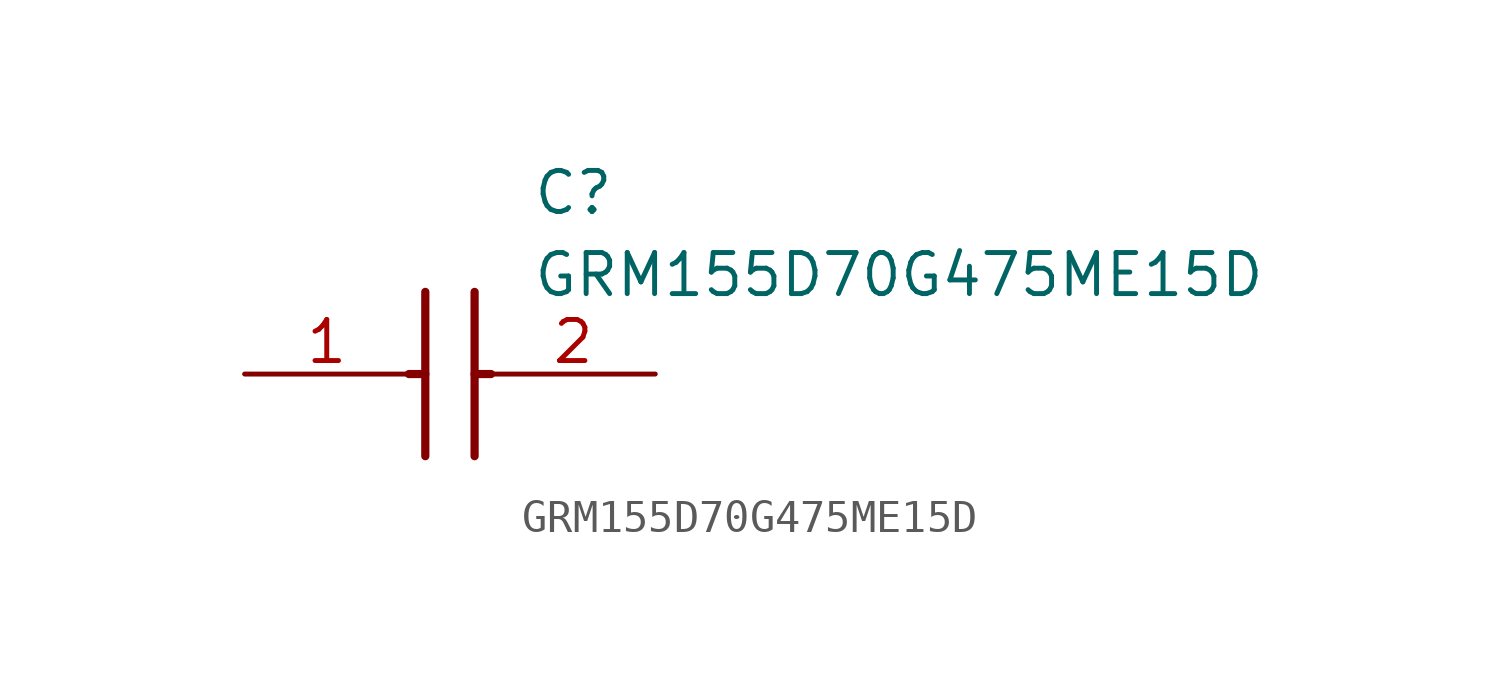
<source format=kicad_sym>
(kicad_symbol_lib
  (version 20211014)
  (generator SamacSys_ECAD_Model)
  (symbol "GRM155D70G475ME15D"
    (pin_names hide)
    (property "Reference" "C"
      (at 8.89 6.35 0)
      (effects (font (size 1.27 1.27)) (justify left top)))
    (property "Value" "GRM155D70G475ME15D"
      (at 8.89 3.81 0)
      (effects (font (size 1.27 1.27)) (justify left top)))
    (polyline
      (pts (xy 5.588 2.54) (xy 5.588 -2.54))
      (stroke (width 0.254) (type default))
      (fill (type none)))
    (polyline
      (pts (xy 7.112 2.54) (xy 7.112 -2.54))
      (stroke (width 0.254) (type default))
      (fill (type none)))
    (polyline
      (pts (xy 5.08 0) (xy 5.588 0))
      (stroke (width 0.254) (type default))
      (fill (type none)))
    (polyline
      (pts (xy 7.112 0) (xy 7.62 0))
      (stroke (width 0.254) (type default))
      (fill (type none)))
    (pin passive line
      (at 0 0 0)
      (length 5.08)
      (name "1" (effects (font (size 1.27 1.27))))
      (number "1" (effects (font (size 1.27 1.27)))))
    (pin passive line
      (at 12.7 0 180)
      (length 5.08)
      (name "2" (effects (font (size 1.27 1.27))))
      (number "2" (effects (font (size 1.27 1.27)))))))
</source>
